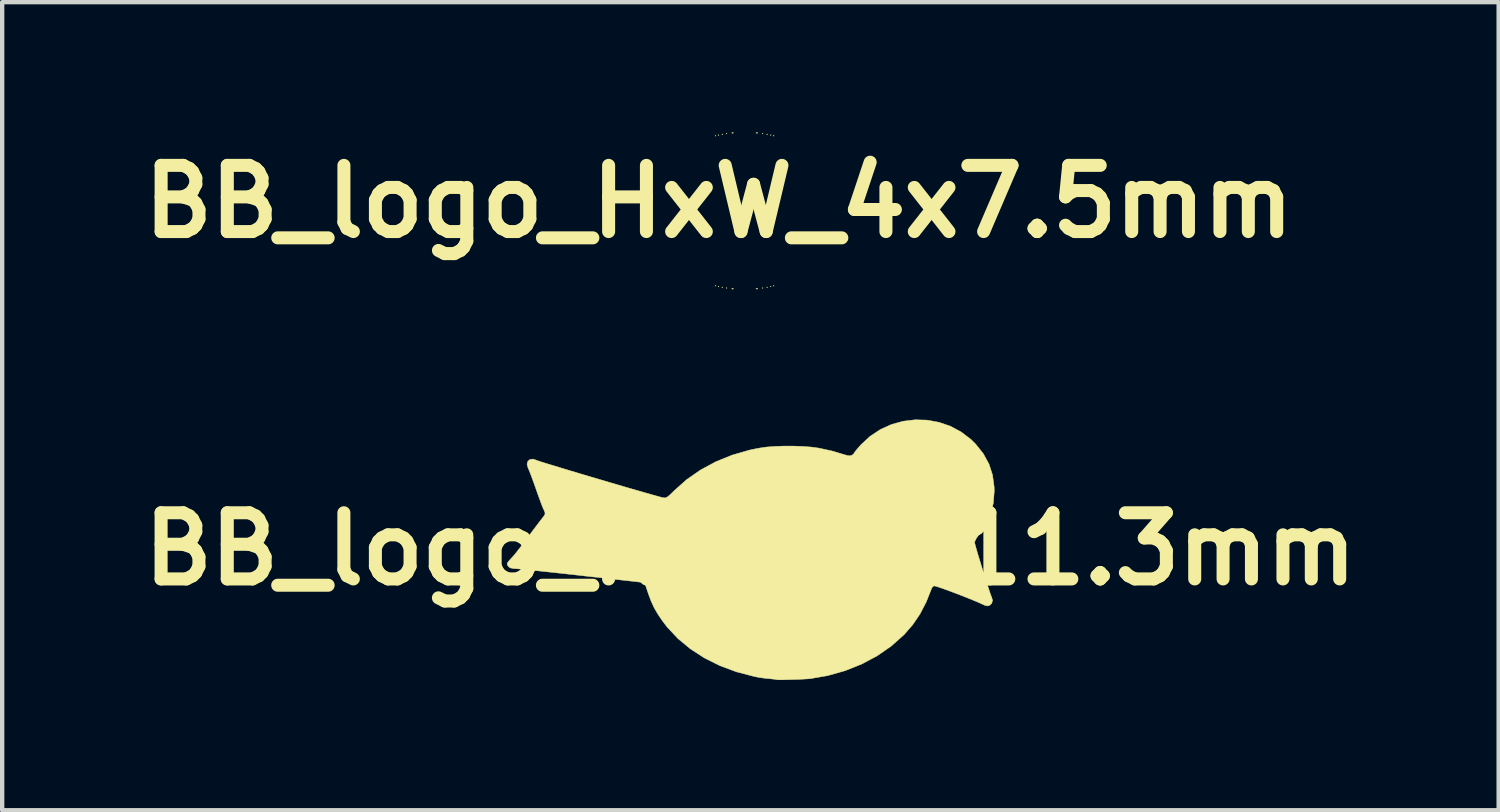
<source format=kicad_pcb>
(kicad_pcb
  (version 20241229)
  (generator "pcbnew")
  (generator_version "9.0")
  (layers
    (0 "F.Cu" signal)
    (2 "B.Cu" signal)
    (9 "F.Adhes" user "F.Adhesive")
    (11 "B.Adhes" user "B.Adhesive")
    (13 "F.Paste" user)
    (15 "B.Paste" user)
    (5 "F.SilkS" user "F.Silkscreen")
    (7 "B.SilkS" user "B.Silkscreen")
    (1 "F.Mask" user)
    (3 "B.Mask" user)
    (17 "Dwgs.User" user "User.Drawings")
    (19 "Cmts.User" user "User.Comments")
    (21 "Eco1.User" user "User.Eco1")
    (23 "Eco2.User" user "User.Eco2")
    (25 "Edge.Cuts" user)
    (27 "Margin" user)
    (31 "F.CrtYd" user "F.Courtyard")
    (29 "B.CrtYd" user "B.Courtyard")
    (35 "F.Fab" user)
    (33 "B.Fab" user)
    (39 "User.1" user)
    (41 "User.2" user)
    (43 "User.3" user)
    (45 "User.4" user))
  (footprint "BB_logo_HxW_6x11.3mm"
    (layer "F.Cu")
    (at 14.231 9.593)
    (property "Reference" "BB_logo_HxW_6x11.3mm" (at 0 0 0) (layer "F.SilkS") (effects (font (size 1.524 1.524) (thickness 0.3))))
    (attr through_hole)
    (fp_poly (pts (xy 4.071 -2.968) (xy 4.343 -2.918) (xy 4.606 -2.828) (xy 4.853 -2.696) (xy 5.079 -2.524) (xy 5.189 -2.415) (xy 5.366 -2.192) (xy 5.494 -1.957) (xy 5.576 -1.706) (xy 5.613 -1.435) (xy 5.616 -1.335) (xy 5.596 -1.065) (xy 5.537 -0.818) (xy 5.433 -0.585) (xy 5.283 -0.357) (xy 5.272 -0.343) (xy 5.199 -0.239) (xy 5.166 -0.167) (xy 5.165 -0.14) (xy 5.184 -0.068) (xy 5.214 0.037) (xy 5.252 0.167) (xy 5.297 0.314) (xy 5.345 0.47) (xy 5.393 0.625) (xy 5.44 0.771) (xy 5.482 0.9) (xy 5.516 1.004) (xy 5.541 1.074) (xy 5.552 1.099) (xy 5.577 1.183) (xy 5.557 1.254) (xy 5.507 1.298) (xy 5.461 1.311) (xy 5.405 1.299) (xy 5.35 1.275) (xy 5.267 1.237) (xy 5.157 1.19) (xy 5.026 1.137) (xy 4.884 1.08) (xy 4.738 1.024) (xy 4.595 0.97) (xy 4.466 0.923) (xy 4.356 0.885) (xy 4.275 0.859) (xy 4.23 0.849) (xy 4.225 0.849) (xy 4.187 0.883) (xy 4.174 0.907) (xy 4.049 1.221) (xy 3.907 1.495) (xy 3.742 1.739) (xy 3.548 1.963) (xy 3.532 1.979) (xy 3.244 2.236) (xy 2.919 2.461) (xy 2.564 2.65) (xy 2.181 2.803) (xy 1.776 2.917) (xy 1.384 2.985) (xy 1.322 2.991) (xy 1.228 2.996) (xy 1.114 3.002) (xy 0.991 3.006) (xy 0.869 3.009) (xy 0.758 3.012) (xy 0.67 3.012) (xy 0.616 3.011) (xy 0.603 3.008) (xy 0.577 3.003) (xy 0.514 2.995) (xy 0.432 2.987) (xy 0.315 2.974) (xy 0.222 2.962) (xy 0.127 2.944) (xy 0.089 2.936) (xy -0.319 2.83) (xy -0.703 2.687) (xy -1.058 2.51) (xy -1.382 2.3) (xy -1.671 2.061) (xy -1.92 1.794) (xy -2.031 1.648) (xy -2.138 1.489) (xy -2.22 1.346) (xy -2.288 1.197) (xy -2.353 1.022) (xy -2.361 0.997) (xy -2.436 0.775) (xy -3.841 0.618) (xy -4.106 0.588) (xy -4.359 0.56) (xy -4.595 0.535) (xy -4.808 0.512) (xy -4.994 0.492) (xy -5.148 0.476) (xy -5.264 0.465) (xy -5.338 0.458) (xy -5.359 0.456) (xy -5.464 0.449) (xy -5.53 0.434) (xy -5.569 0.408) (xy -5.589 0.38) (xy -5.6 0.356) (xy -5.6 0.333) (xy -5.584 0.303) (xy -5.547 0.258) (xy -5.482 0.187) (xy -5.45 0.152) (xy -5.416 0.112) (xy -5.358 0.038) (xy -5.282 -0.06) (xy -5.195 -0.177) (xy -5.109 -0.292) (xy -5.016 -0.417) (xy -4.93 -0.531) (xy -4.857 -0.627) (xy -4.803 -0.697) (xy -4.775 -0.732) (xy -4.736 -0.785) (xy -4.728 -0.829) (xy -4.749 -0.888) (xy -4.763 -0.915) (xy -4.784 -0.963) (xy -4.818 -1.05) (xy -4.86 -1.165) (xy -4.908 -1.298) (xy -4.94 -1.39) (xy -4.99 -1.53) (xy -5.037 -1.659) (xy -5.078 -1.766) (xy -5.109 -1.842) (xy -5.121 -1.869) (xy -5.144 -1.952) (xy -5.126 -2.019) (xy -5.077 -2.062) (xy -5.005 -2.071) (xy -4.934 -2.047) (xy -4.9 -2.034) (xy -4.823 -2.008) (xy -4.707 -1.972) (xy -4.558 -1.927) (xy -4.382 -1.873) (xy -4.184 -1.813) (xy -3.969 -1.749) (xy -3.742 -1.681) (xy -3.509 -1.612) (xy -3.275 -1.543) (xy -3.046 -1.476) (xy -2.826 -1.411) (xy -2.621 -1.352) (xy -2.437 -1.299) (xy -2.278 -1.254) (xy -2.151 -1.218) (xy -2.059 -1.193) (xy -2.014 -1.182) (xy -1.973 -1.177) (xy -1.937 -1.184) (xy -1.896 -1.21) (xy -1.839 -1.26) (xy -1.757 -1.341) (xy -1.472 -1.595) (xy -1.151 -1.819) (xy -0.798 -2.009) (xy -0.42 -2.163) (xy -0.024 -2.277) (xy 0.089 -2.301) (xy 0.156 -2.314) (xy 0.202 -2.323) (xy 0.36 -2.347) (xy 0.554 -2.362) (xy 0.769 -2.37) (xy 0.993 -2.37) (xy 1.211 -2.362) (xy 1.409 -2.347) (xy 1.573 -2.324) (xy 1.575 -2.324) (xy 1.881 -2.257) (xy 2.139 -2.18) (xy 2.232 -2.153) (xy 2.293 -2.146) (xy 2.336 -2.159) (xy 2.376 -2.188) (xy 2.388 -2.207) (xy 2.404 -2.234) (xy 2.447 -2.288) (xy 2.51 -2.36) (xy 2.546 -2.401) (xy 2.759 -2.598) (xy 2.996 -2.754) (xy 3.251 -2.869) (xy 3.519 -2.943) (xy 3.794 -2.976) (xy 4.071 -2.968)) (stroke (width 0.01) (type solid)) (fill yes) (layer "F.SilkS")))
  (footprint "BB_logo_HxW_4x7.5mm"
    (layer "F.Cu")
    (at 13.506 1.593)
    (property "Reference" "BB_logo_HxW_4x7.5mm" (at 0 0 0) (layer "F.SilkS") (effects (font (size 1.524 1.524) (thickness 0.3))))
    (attr through_hole)
    (fp_poly (pts (xy -0.068 -1.516) (xy -0.076 -1.507) (xy -0.085 -1.516) (xy -0.076 -1.524) (xy -0.068 -1.516)) (stroke (width 0.01) (type solid)) (fill yes) (layer "F.SilkS"))
    (fp_poly (pts (xy -0.068 1.939) (xy -0.076 1.947) (xy -0.085 1.939) (xy -0.076 1.93) (xy -0.068 1.939)) (stroke (width 0.01) (type solid)) (fill yes) (layer "F.SilkS"))
    (fp_poly (pts (xy 0 -1.532) (xy -0.008 -1.524) (xy -0.017 -1.532) (xy -0.008 -1.541) (xy 0 -1.532)) (stroke (width 0.01) (type solid)) (fill yes) (layer "F.SilkS"))
    (fp_poly (pts (xy 0 1.956) (xy -0.008 1.964) (xy -0.017 1.956) (xy -0.008 1.947) (xy 0 1.956)) (stroke (width 0.01) (type solid)) (fill yes) (layer "F.SilkS"))
    (fp_poly (pts (xy 0.085 -1.549) (xy 0.076 -1.541) (xy 0.068 -1.549) (xy 0.076 -1.558) (xy 0.085 -1.549)) (stroke (width 0.01) (type solid)) (fill yes) (layer "F.SilkS"))
    (fp_poly (pts (xy 0.085 1.973) (xy 0.076 1.981) (xy 0.068 1.973) (xy 0.076 1.964) (xy 0.085 1.973)) (stroke (width 0.01) (type solid)) (fill yes) (layer "F.SilkS"))
    (fp_poly (pts (xy 0.186 -1.566) (xy 0.178 -1.558) (xy 0.169 -1.566) (xy 0.178 -1.575) (xy 0.186 -1.566)) (stroke (width 0.01) (type solid)) (fill yes) (layer "F.SilkS"))
    (fp_poly (pts (xy 0.186 1.99) (xy 0.178 1.998) (xy 0.169 1.99) (xy 0.178 1.981) (xy 0.186 1.99)) (stroke (width 0.01) (type solid)) (fill yes) (layer "F.SilkS"))
    (fp_poly (pts (xy 1.016 -1.566) (xy 1.008 -1.558) (xy 0.999 -1.566) (xy 1.008 -1.575) (xy 1.016 -1.566)) (stroke (width 0.01) (type solid)) (fill yes) (layer "F.SilkS"))
    (fp_poly (pts (xy 1.016 1.99) (xy 1.008 1.998) (xy 0.999 1.99) (xy 1.008 1.981) (xy 1.016 1.99)) (stroke (width 0.01) (type solid)) (fill yes) (layer "F.SilkS"))
    (fp_poly (pts (xy 1.118 -1.549) (xy 1.109 -1.541) (xy 1.101 -1.549) (xy 1.109 -1.558) (xy 1.118 -1.549)) (stroke (width 0.01) (type solid)) (fill yes) (layer "F.SilkS"))
    (fp_poly (pts (xy 1.118 1.973) (xy 1.109 1.981) (xy 1.101 1.973) (xy 1.109 1.964) (xy 1.118 1.973)) (stroke (width 0.01) (type solid)) (fill yes) (layer "F.SilkS"))
    (fp_poly (pts (xy 1.202 -1.532) (xy 1.194 -1.524) (xy 1.185 -1.532) (xy 1.194 -1.541) (xy 1.202 -1.532)) (stroke (width 0.01) (type solid)) (fill yes) (layer "F.SilkS"))
    (fp_poly (pts (xy 1.202 1.956) (xy 1.194 1.964) (xy 1.185 1.956) (xy 1.194 1.947) (xy 1.202 1.956)) (stroke (width 0.01) (type solid)) (fill yes) (layer "F.SilkS"))
    (fp_poly (pts (xy 1.27 -1.516) (xy 1.262 -1.507) (xy 1.253 -1.516) (xy 1.262 -1.524) (xy 1.27 -1.516)) (stroke (width 0.01) (type solid)) (fill yes) (layer "F.SilkS"))
    (fp_poly (pts (xy 1.27 1.939) (xy 1.262 1.947) (xy 1.253 1.939) (xy 1.262 1.93) (xy 1.27 1.939)) (stroke (width 0.01) (type solid)) (fill yes) (layer "F.SilkS"))
    (fp_poly (pts (xy 0.334 -1.585) (xy 0.329 -1.577) (xy 0.312 -1.576) (xy 0.294 -1.58) (xy 0.302 -1.586) (xy 0.328 -1.588) (xy 0.334 -1.585)) (stroke (width 0.01) (type solid)) (fill yes) (layer "F.SilkS"))
    (fp_poly (pts (xy 0.334 2.005) (xy 0.329 2.013) (xy 0.312 2.014) (xy 0.294 2.01) (xy 0.302 2.003) (xy 0.328 2.001) (xy 0.334 2.005)) (stroke (width 0.01) (type solid)) (fill yes) (layer "F.SilkS"))
    (fp_poly (pts (xy 0.893 -1.585) (xy 0.888 -1.577) (xy 0.871 -1.576) (xy 0.853 -1.58) (xy 0.86 -1.586) (xy 0.887 -1.588) (xy 0.893 -1.585)) (stroke (width 0.01) (type solid)) (fill yes) (layer "F.SilkS"))
    (fp_poly (pts (xy 0.893 2.005) (xy 0.888 2.013) (xy 0.871 2.014) (xy 0.853 2.01) (xy 0.86 2.003) (xy 0.887 2.001) (xy 0.893 2.005)) (stroke (width 0.01) (type solid)) (fill yes) (layer "F.SilkS")))
  (gr_rect
    (start -3 -3)
    (end 31.463 15.61)
    (stroke (width 0.1) (type default))
    (fill no)
    (layer "Edge.Cuts")))
</source>
